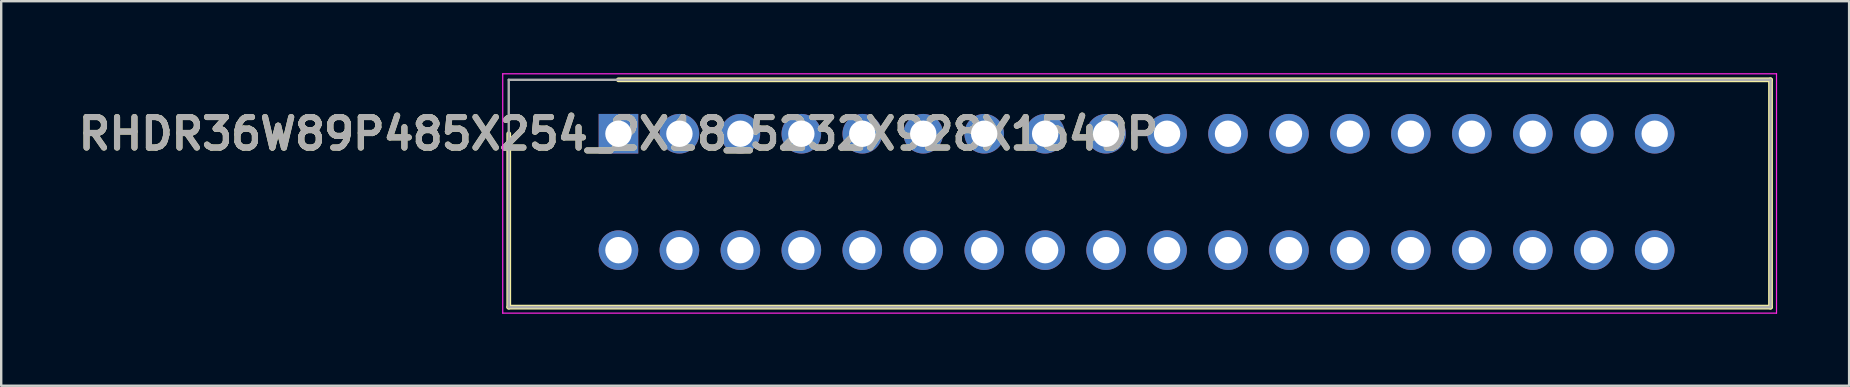
<source format=kicad_pcb>
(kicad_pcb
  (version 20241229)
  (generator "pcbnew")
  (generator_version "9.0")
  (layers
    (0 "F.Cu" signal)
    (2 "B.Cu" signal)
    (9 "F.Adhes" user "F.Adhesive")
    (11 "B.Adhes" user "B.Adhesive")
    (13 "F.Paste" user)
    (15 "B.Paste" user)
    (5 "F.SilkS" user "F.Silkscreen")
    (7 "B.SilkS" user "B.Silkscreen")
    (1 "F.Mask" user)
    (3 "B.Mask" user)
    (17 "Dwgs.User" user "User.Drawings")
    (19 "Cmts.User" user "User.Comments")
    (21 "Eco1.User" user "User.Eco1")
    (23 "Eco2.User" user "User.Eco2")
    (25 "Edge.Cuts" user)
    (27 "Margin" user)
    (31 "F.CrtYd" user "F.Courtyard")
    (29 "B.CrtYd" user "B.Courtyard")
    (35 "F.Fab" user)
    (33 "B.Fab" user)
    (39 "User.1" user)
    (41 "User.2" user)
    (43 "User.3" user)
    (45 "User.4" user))
  (footprint "RHDR36W89P485X254_2X18_5232X928X1549P"
    (layer "F.Cu")
    (at 22.721 2.523)
    (property "Reference" "RHDR36W89P485X254_2X18_5232X928X1549P" (at 0 0 0) (layer "F.SilkS") (effects (font (size 1.27 1.27) (thickness 0.254))))
    (attr through_hole)
    (fp_line (start -4.572 7.226) (end -4.572 0) (stroke (width 0.2) (type solid)) (layer "F.SilkS"))
    (fp_line (start 0 -2.248) (end 48.006 -2.248) (stroke (width 0.2) (type solid)) (layer "F.SilkS"))
    (fp_line (start 48.006 -2.248) (end 48.006 7.226) (stroke (width 0.2) (type solid)) (layer "F.SilkS"))
    (fp_line (start 48.006 7.226) (end -4.572 7.226) (stroke (width 0.2) (type solid)) (layer "F.SilkS"))
    (fp_line (start -4.822 -2.498) (end 48.256 -2.498) (stroke (width 0.05) (type solid)) (layer "F.CrtYd"))
    (fp_line (start -4.822 7.476) (end -4.822 -2.498) (stroke (width 0.05) (type solid)) (layer "F.CrtYd"))
    (fp_line (start 48.256 -2.498) (end 48.256 7.476) (stroke (width 0.05) (type solid)) (layer "F.CrtYd"))
    (fp_line (start 48.256 7.476) (end -4.822 7.476) (stroke (width 0.05) (type solid)) (layer "F.CrtYd"))
    (fp_line (start -4.572 -2.248) (end 48.006 -2.248) (stroke (width 0.1) (type solid)) (layer "F.Fab"))
    (fp_line (start -4.572 7.226) (end -4.572 -2.248) (stroke (width 0.1) (type solid)) (layer "F.Fab"))
    (fp_line (start 48.006 -2.248) (end 48.006 7.226) (stroke (width 0.1) (type solid)) (layer "F.Fab"))
    (fp_line (start 48.006 7.226) (end -4.572 7.226) (stroke (width 0.1) (type solid)) (layer "F.Fab"))
    (fp_text user "${REFERENCE}" (at 0 0 0) (layer "F.Fab") (effects (font (size 1.27 1.27) (thickness 0.254))))
    (pad "1" thru_hole rect (at 0 0) (size 1.65 1.65) (drill 1.1) (layers "*.Cu" "*.Mask"))
    (pad "2" thru_hole circle (at 0 4.851) (size 1.65 1.65) (drill 1.1) (layers "*.Cu" "*.Mask"))
    (pad "3" thru_hole circle (at 2.54 0) (size 1.65 1.65) (drill 1.1) (layers "*.Cu" "*.Mask"))
    (pad "4" thru_hole circle (at 2.54 4.851) (size 1.65 1.65) (drill 1.1) (layers "*.Cu" "*.Mask"))
    (pad "5" thru_hole circle (at 5.08 0) (size 1.65 1.65) (drill 1.1) (layers "*.Cu" "*.Mask"))
    (pad "6" thru_hole circle (at 5.08 4.851) (size 1.65 1.65) (drill 1.1) (layers "*.Cu" "*.Mask"))
    (pad "7" thru_hole circle (at 7.62 0) (size 1.65 1.65) (drill 1.1) (layers "*.Cu" "*.Mask"))
    (pad "8" thru_hole circle (at 7.62 4.851) (size 1.65 1.65) (drill 1.1) (layers "*.Cu" "*.Mask"))
    (pad "9" thru_hole circle (at 10.16 0) (size 1.65 1.65) (drill 1.1) (layers "*.Cu" "*.Mask"))
    (pad "10" thru_hole circle (at 10.16 4.851) (size 1.65 1.65) (drill 1.1) (layers "*.Cu" "*.Mask"))
    (pad "11" thru_hole circle (at 12.7 0) (size 1.65 1.65) (drill 1.1) (layers "*.Cu" "*.Mask"))
    (pad "12" thru_hole circle (at 12.7 4.851) (size 1.65 1.65) (drill 1.1) (layers "*.Cu" "*.Mask"))
    (pad "13" thru_hole circle (at 15.24 0) (size 1.65 1.65) (drill 1.1) (layers "*.Cu" "*.Mask"))
    (pad "14" thru_hole circle (at 15.24 4.851) (size 1.65 1.65) (drill 1.1) (layers "*.Cu" "*.Mask"))
    (pad "15" thru_hole circle (at 17.78 0) (size 1.65 1.65) (drill 1.1) (layers "*.Cu" "*.Mask"))
    (pad "16" thru_hole circle (at 17.78 4.851) (size 1.65 1.65) (drill 1.1) (layers "*.Cu" "*.Mask"))
    (pad "17" thru_hole circle (at 20.32 0) (size 1.65 1.65) (drill 1.1) (layers "*.Cu" "*.Mask"))
    (pad "18" thru_hole circle (at 20.32 4.851) (size 1.65 1.65) (drill 1.1) (layers "*.Cu" "*.Mask"))
    (pad "19" thru_hole circle (at 22.86 0) (size 1.65 1.65) (drill 1.1) (layers "*.Cu" "*.Mask"))
    (pad "20" thru_hole circle (at 22.86 4.851) (size 1.65 1.65) (drill 1.1) (layers "*.Cu" "*.Mask"))
    (pad "21" thru_hole circle (at 25.4 0) (size 1.65 1.65) (drill 1.1) (layers "*.Cu" "*.Mask"))
    (pad "22" thru_hole circle (at 25.4 4.851) (size 1.65 1.65) (drill 1.1) (layers "*.Cu" "*.Mask"))
    (pad "23" thru_hole circle (at 27.94 0) (size 1.65 1.65) (drill 1.1) (layers "*.Cu" "*.Mask"))
    (pad "24" thru_hole circle (at 27.94 4.851) (size 1.65 1.65) (drill 1.1) (layers "*.Cu" "*.Mask"))
    (pad "25" thru_hole circle (at 30.48 0) (size 1.65 1.65) (drill 1.1) (layers "*.Cu" "*.Mask"))
    (pad "26" thru_hole circle (at 30.48 4.851) (size 1.65 1.65) (drill 1.1) (layers "*.Cu" "*.Mask"))
    (pad "27" thru_hole circle (at 33.02 0) (size 1.65 1.65) (drill 1.1) (layers "*.Cu" "*.Mask"))
    (pad "28" thru_hole circle (at 33.02 4.851) (size 1.65 1.65) (drill 1.1) (layers "*.Cu" "*.Mask"))
    (pad "29" thru_hole circle (at 35.56 0) (size 1.65 1.65) (drill 1.1) (layers "*.Cu" "*.Mask"))
    (pad "30" thru_hole circle (at 35.56 4.851) (size 1.65 1.65) (drill 1.1) (layers "*.Cu" "*.Mask"))
    (pad "31" thru_hole circle (at 38.1 0) (size 1.65 1.65) (drill 1.1) (layers "*.Cu" "*.Mask"))
    (pad "32" thru_hole circle (at 38.1 4.851) (size 1.65 1.65) (drill 1.1) (layers "*.Cu" "*.Mask"))
    (pad "33" thru_hole circle (at 40.64 0) (size 1.65 1.65) (drill 1.1) (layers "*.Cu" "*.Mask"))
    (pad "34" thru_hole circle (at 40.64 4.851) (size 1.65 1.65) (drill 1.1) (layers "*.Cu" "*.Mask"))
    (pad "35" thru_hole circle (at 43.18 0) (size 1.65 1.65) (drill 1.1) (layers "*.Cu" "*.Mask"))
    (pad "36" thru_hole circle (at 43.18 4.851) (size 1.65 1.65) (drill 1.1) (layers "*.Cu" "*.Mask")))
  (gr_rect
    (start -3 -3)
    (end 74.002 13.024)
    (stroke (width 0.1) (type default))
    (fill no)
    (layer "Edge.Cuts")))
</source>
